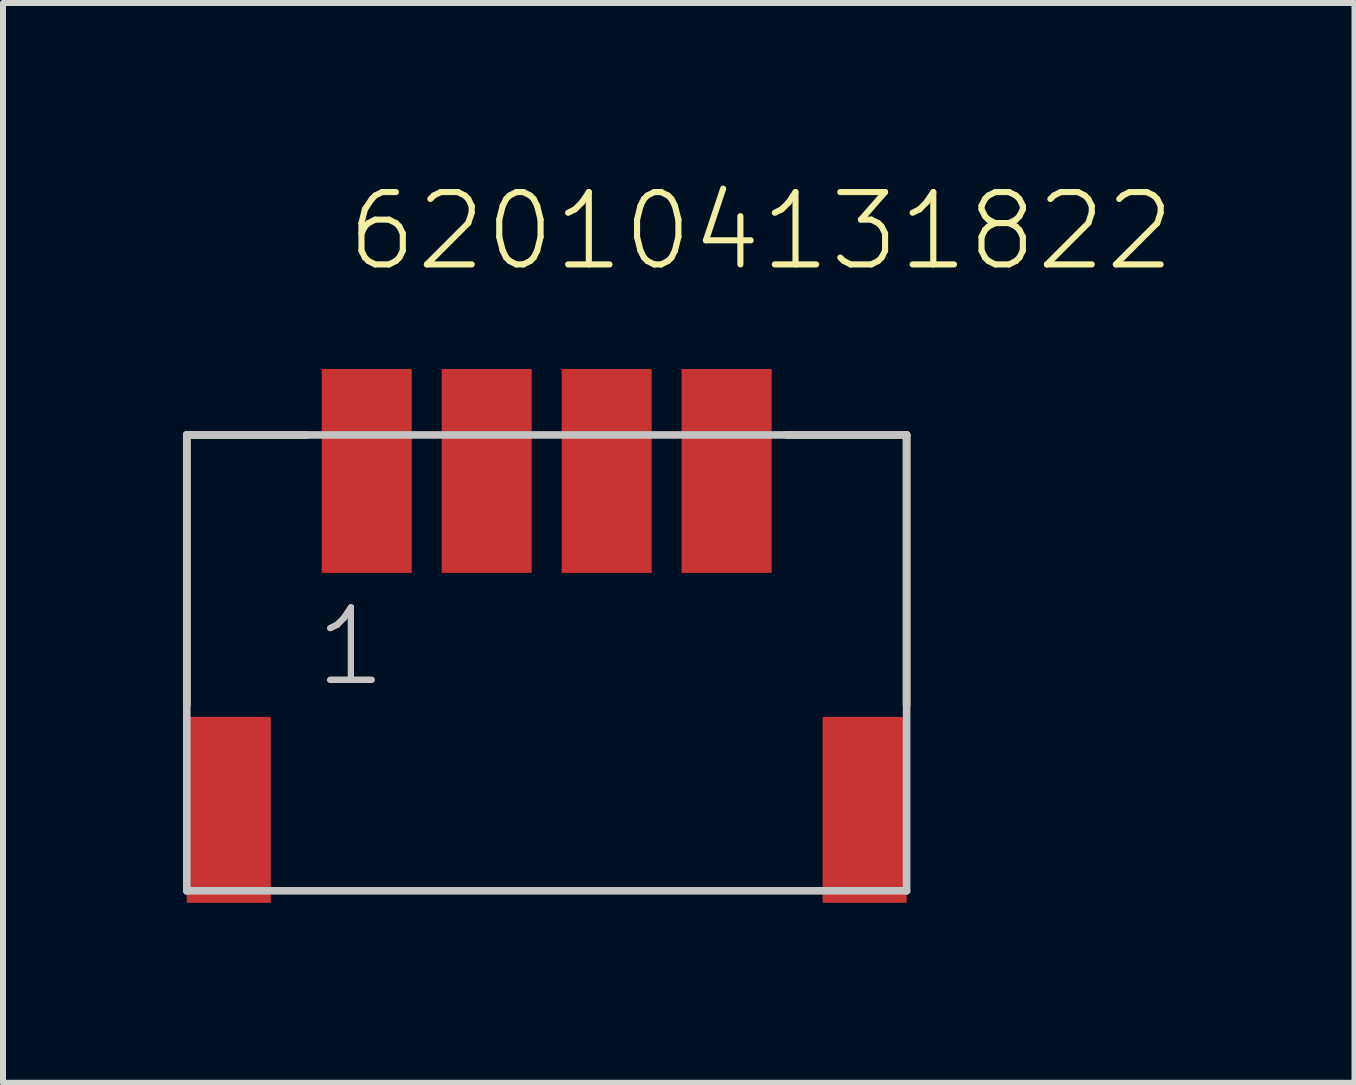
<source format=kicad_pcb>
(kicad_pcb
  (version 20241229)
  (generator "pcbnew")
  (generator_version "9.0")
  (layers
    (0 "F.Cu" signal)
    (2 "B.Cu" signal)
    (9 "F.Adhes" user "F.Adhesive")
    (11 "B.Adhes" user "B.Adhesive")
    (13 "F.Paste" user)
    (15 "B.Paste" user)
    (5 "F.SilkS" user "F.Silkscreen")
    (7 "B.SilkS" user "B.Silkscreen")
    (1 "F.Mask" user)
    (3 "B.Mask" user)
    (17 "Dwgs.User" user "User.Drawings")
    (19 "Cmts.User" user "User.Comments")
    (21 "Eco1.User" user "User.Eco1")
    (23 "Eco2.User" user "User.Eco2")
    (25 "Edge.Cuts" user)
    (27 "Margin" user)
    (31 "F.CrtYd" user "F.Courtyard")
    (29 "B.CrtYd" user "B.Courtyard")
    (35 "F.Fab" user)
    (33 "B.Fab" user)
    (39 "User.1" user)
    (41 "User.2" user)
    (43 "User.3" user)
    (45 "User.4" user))
  (footprint "620104131822"
    (layer "F.Cu")
    (at 6.064 4.801)
    (property "Reference" "620104131822" (at -3.385 -3.29 0) (layer "F.SilkS") (effects (font (size 1.206 1.206) (thickness 0.102)) (justify left bottom)))
    (attr through_hole)
    (fp_line (start -6 -0.6) (end -6 3.9) (stroke (width 0.127) (type solid)) (layer "F.SilkS"))
    (fp_line (start -4 -0.6) (end -6 -0.6) (stroke (width 0.127) (type solid)) (layer "F.SilkS"))
    (fp_line (start 4 -0.6) (end 6 -0.6) (stroke (width 0.127) (type solid)) (layer "F.SilkS"))
    (fp_line (start 6 -0.6) (end 6 3.9) (stroke (width 0.127) (type solid)) (layer "F.SilkS"))
    (fp_line (start -6 -0.6) (end 6 -0.6) (stroke (width 0.127) (type solid)) (layer "Dwgs.User"))
    (fp_line (start -6 7) (end -6 -0.6) (stroke (width 0.127) (type solid)) (layer "Dwgs.User"))
    (fp_line (start 6 -0.6) (end 6 7) (stroke (width 0.127) (type solid)) (layer "Dwgs.User"))
    (fp_line (start 6 7) (end -6 7) (stroke (width 0.127) (type solid)) (layer "Dwgs.User"))
    (fp_text user "1" (at -3.905 3.635 0) (layer "F.SilkS") (effects (font (size 1.206 1.206) (thickness 0.102)) (justify left bottom)))
    (fp_text user "1" (at -3.905 3.635 0) (layer "Dwgs.User") (effects (font (size 1.206 1.206) (thickness 0.102)) (justify left bottom)))
    (pad "1" smd rect (at -3 0 180) (size 1.5 3.4) (layers "F.Cu" "F.Mask" "F.Paste"))
    (pad "2" smd rect (at -1 0 180) (size 1.5 3.4) (layers "F.Cu" "F.Mask" "F.Paste"))
    (pad "3" smd rect (at 1 0 180) (size 1.5 3.4) (layers "F.Cu" "F.Mask" "F.Paste"))
    (pad "4" smd rect (at 3 0 180) (size 1.5 3.4) (layers "F.Cu" "F.Mask" "F.Paste"))
    (pad "Z1" smd rect (at -5.3 5.65 180) (size 1.4 3.1) (layers "F.Cu" "F.Mask" "F.Paste"))
    (pad "Z2" smd rect (at 5.3 5.65 180) (size 1.4 3.1) (layers "F.Cu" "F.Mask" "F.Paste")))
  (gr_rect
    (start -3 -3)
    (end 19.531 15.001)
    (stroke (width 0.1) (type default))
    (fill no)
    (layer "Edge.Cuts")))
</source>
